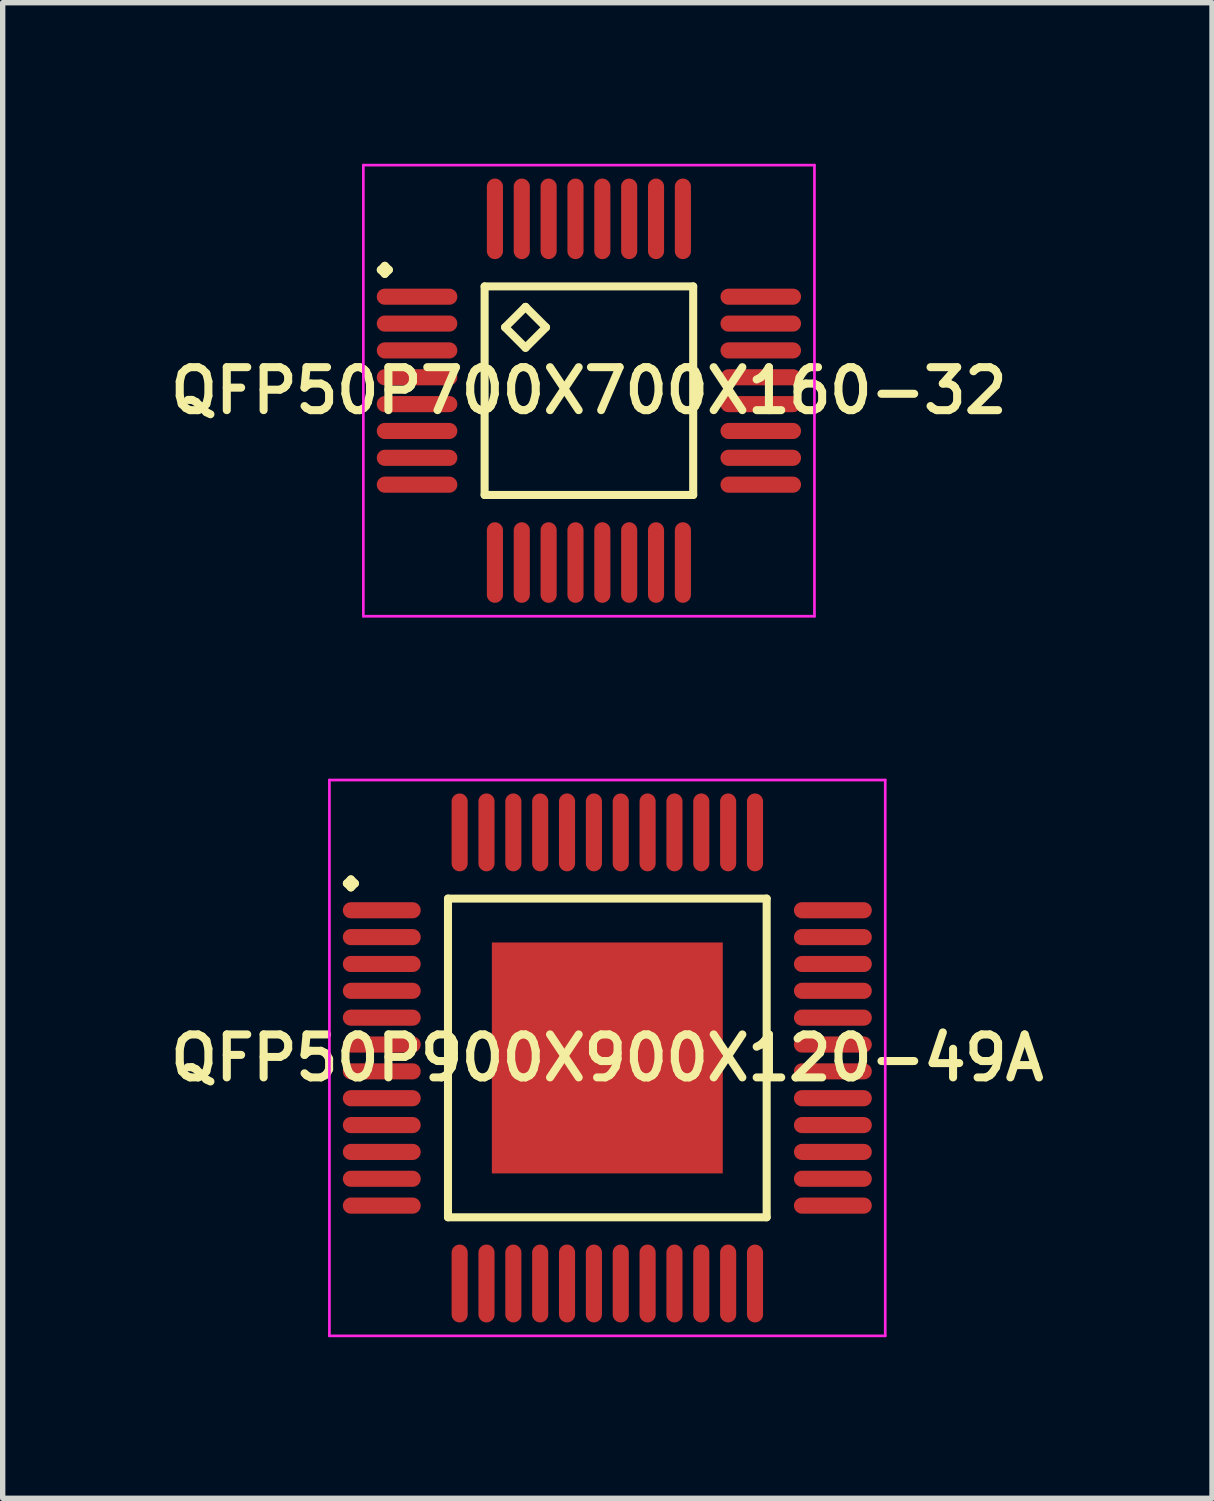
<source format=kicad_pcb>
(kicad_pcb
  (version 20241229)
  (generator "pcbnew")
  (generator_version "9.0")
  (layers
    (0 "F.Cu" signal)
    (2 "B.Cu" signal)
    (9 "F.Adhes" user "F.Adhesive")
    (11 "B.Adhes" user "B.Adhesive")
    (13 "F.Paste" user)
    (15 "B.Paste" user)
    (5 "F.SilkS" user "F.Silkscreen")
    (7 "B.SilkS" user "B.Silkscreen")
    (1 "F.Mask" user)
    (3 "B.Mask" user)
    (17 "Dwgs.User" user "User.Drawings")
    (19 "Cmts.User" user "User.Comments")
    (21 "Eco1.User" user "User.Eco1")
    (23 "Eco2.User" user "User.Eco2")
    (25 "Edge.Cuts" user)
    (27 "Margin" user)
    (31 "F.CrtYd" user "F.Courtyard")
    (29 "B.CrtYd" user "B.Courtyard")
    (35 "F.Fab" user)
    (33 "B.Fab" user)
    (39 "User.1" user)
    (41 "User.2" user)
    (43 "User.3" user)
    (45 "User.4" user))
  (footprint "QFP50P900X900X120-49A"
    (layer "F.Cu")
    (at 8.259 16.65)
    (property "Reference" "QFP50P900X900X120-49A" (at 0 0 0) (layer "F.SilkS") (effects (font (size 0.8 0.8) (thickness 0.15))))
    (attr smd)
    (fp_line (start -4.85 -3.25) (end -4.775 -3.325) (stroke (width 0.15) (type solid)) (layer "F.SilkS"))
    (fp_line (start -4.775 -3.325) (end -4.7 -3.25) (stroke (width 0.15) (type solid)) (layer "F.SilkS"))
    (fp_line (start -4.775 -3.175) (end -4.85 -3.25) (stroke (width 0.15) (type solid)) (layer "F.SilkS"))
    (fp_line (start -4.7 -3.25) (end -4.775 -3.175) (stroke (width 0.15) (type solid)) (layer "F.SilkS"))
    (fp_line (start -2.967 -2.967) (end -2.967 2.967) (stroke (width 0.15) (type solid)) (layer "F.SilkS"))
    (fp_line (start -2.967 2.967) (end 2.967 2.967) (stroke (width 0.15) (type solid)) (layer "F.SilkS"))
    (fp_line (start 2.967 -2.967) (end -2.967 -2.967) (stroke (width 0.15) (type solid)) (layer "F.SilkS"))
    (fp_line (start 2.967 2.967) (end 2.967 -2.967) (stroke (width 0.15) (type solid)) (layer "F.SilkS"))
    (fp_line (start -5.175 -5.175) (end 5.175 -5.175) (stroke (width 0.05) (type solid)) (layer "F.CrtYd"))
    (fp_line (start -5.175 5.175) (end -5.175 -5.175) (stroke (width 0.05) (type solid)) (layer "F.CrtYd"))
    (fp_line (start 5.175 -5.175) (end 5.175 5.175) (stroke (width 0.05) (type solid)) (layer "F.CrtYd"))
    (fp_line (start 5.175 5.175) (end -5.175 5.175) (stroke (width 0.05) (type solid)) (layer "F.CrtYd"))
    (pad "1" smd oval (at -4.2 -2.75) (size 1.45 0.3) (layers "F.Cu" "F.Mask" "F.Paste"))
    (pad "2" smd oval (at -4.2 -2.25) (size 1.45 0.3) (layers "F.Cu" "F.Mask" "F.Paste"))
    (pad "3" smd oval (at -4.2 -1.75) (size 1.45 0.3) (layers "F.Cu" "F.Mask" "F.Paste"))
    (pad "4" smd oval (at -4.2 -1.25) (size 1.45 0.3) (layers "F.Cu" "F.Mask" "F.Paste"))
    (pad "5" smd oval (at -4.2 -0.75) (size 1.45 0.3) (layers "F.Cu" "F.Mask" "F.Paste"))
    (pad "6" smd oval (at -4.2 -0.25) (size 1.45 0.3) (layers "F.Cu" "F.Mask" "F.Paste"))
    (pad "7" smd oval (at -4.2 0.25) (size 1.45 0.3) (layers "F.Cu" "F.Mask" "F.Paste"))
    (pad "8" smd oval (at -4.2 0.75) (size 1.45 0.3) (layers "F.Cu" "F.Mask" "F.Paste"))
    (pad "9" smd oval (at -4.2 1.25) (size 1.45 0.3) (layers "F.Cu" "F.Mask" "F.Paste"))
    (pad "10" smd oval (at -4.2 1.75) (size 1.45 0.3) (layers "F.Cu" "F.Mask" "F.Paste"))
    (pad "11" smd oval (at -4.2 2.25) (size 1.45 0.3) (layers "F.Cu" "F.Mask" "F.Paste"))
    (pad "12" smd oval (at -4.2 2.75) (size 1.45 0.3) (layers "F.Cu" "F.Mask" "F.Paste"))
    (pad "13" smd oval (at -2.75 4.2) (size 0.3 1.45) (layers "F.Cu" "F.Mask" "F.Paste"))
    (pad "14" smd oval (at -2.25 4.2) (size 0.3 1.45) (layers "F.Cu" "F.Mask" "F.Paste"))
    (pad "15" smd oval (at -1.75 4.2) (size 0.3 1.45) (layers "F.Cu" "F.Mask" "F.Paste"))
    (pad "16" smd oval (at -1.25 4.2) (size 0.3 1.45) (layers "F.Cu" "F.Mask" "F.Paste"))
    (pad "17" smd oval (at -0.75 4.2) (size 0.3 1.45) (layers "F.Cu" "F.Mask" "F.Paste"))
    (pad "18" smd oval (at -0.25 4.2) (size 0.3 1.45) (layers "F.Cu" "F.Mask" "F.Paste"))
    (pad "19" smd oval (at 0.25 4.2) (size 0.3 1.45) (layers "F.Cu" "F.Mask" "F.Paste"))
    (pad "20" smd oval (at 0.75 4.2) (size 0.3 1.45) (layers "F.Cu" "F.Mask" "F.Paste"))
    (pad "21" smd oval (at 1.25 4.2) (size 0.3 1.45) (layers "F.Cu" "F.Mask" "F.Paste"))
    (pad "22" smd oval (at 1.75 4.2) (size 0.3 1.45) (layers "F.Cu" "F.Mask" "F.Paste"))
    (pad "23" smd oval (at 2.25 4.2) (size 0.3 1.45) (layers "F.Cu" "F.Mask" "F.Paste"))
    (pad "24" smd oval (at 2.75 4.2) (size 0.3 1.45) (layers "F.Cu" "F.Mask" "F.Paste"))
    (pad "25" smd oval (at 4.2 2.75) (size 1.45 0.3) (layers "F.Cu" "F.Mask" "F.Paste"))
    (pad "26" smd oval (at 4.2 2.25) (size 1.45 0.3) (layers "F.Cu" "F.Mask" "F.Paste"))
    (pad "27" smd oval (at 4.2 1.75) (size 1.45 0.3) (layers "F.Cu" "F.Mask" "F.Paste"))
    (pad "28" smd oval (at 4.2 1.25) (size 1.45 0.3) (layers "F.Cu" "F.Mask" "F.Paste"))
    (pad "29" smd oval (at 4.2 0.75) (size 1.45 0.3) (layers "F.Cu" "F.Mask" "F.Paste"))
    (pad "30" smd oval (at 4.2 0.25) (size 1.45 0.3) (layers "F.Cu" "F.Mask" "F.Paste"))
    (pad "31" smd oval (at 4.2 -0.25) (size 1.45 0.3) (layers "F.Cu" "F.Mask" "F.Paste"))
    (pad "32" smd oval (at 4.2 -0.75) (size 1.45 0.3) (layers "F.Cu" "F.Mask" "F.Paste"))
    (pad "33" smd oval (at 4.2 -1.25) (size 1.45 0.3) (layers "F.Cu" "F.Mask" "F.Paste"))
    (pad "34" smd oval (at 4.2 -1.75) (size 1.45 0.3) (layers "F.Cu" "F.Mask" "F.Paste"))
    (pad "35" smd oval (at 4.2 -2.25) (size 1.45 0.3) (layers "F.Cu" "F.Mask" "F.Paste"))
    (pad "36" smd oval (at 4.2 -2.75) (size 1.45 0.3) (layers "F.Cu" "F.Mask" "F.Paste"))
    (pad "37" smd oval (at 2.75 -4.2) (size 0.3 1.45) (layers "F.Cu" "F.Mask" "F.Paste"))
    (pad "38" smd oval (at 2.25 -4.2) (size 0.3 1.45) (layers "F.Cu" "F.Mask" "F.Paste"))
    (pad "39" smd oval (at 1.75 -4.2) (size 0.3 1.45) (layers "F.Cu" "F.Mask" "F.Paste"))
    (pad "40" smd oval (at 1.25 -4.2) (size 0.3 1.45) (layers "F.Cu" "F.Mask" "F.Paste"))
    (pad "41" smd oval (at 0.75 -4.2) (size 0.3 1.45) (layers "F.Cu" "F.Mask" "F.Paste"))
    (pad "42" smd oval (at 0.25 -4.2) (size 0.3 1.45) (layers "F.Cu" "F.Mask" "F.Paste"))
    (pad "43" smd oval (at -0.25 -4.2) (size 0.3 1.45) (layers "F.Cu" "F.Mask" "F.Paste"))
    (pad "44" smd oval (at -0.75 -4.2) (size 0.3 1.45) (layers "F.Cu" "F.Mask" "F.Paste"))
    (pad "45" smd oval (at -1.25 -4.2) (size 0.3 1.45) (layers "F.Cu" "F.Mask" "F.Paste"))
    (pad "46" smd oval (at -1.75 -4.2) (size 0.3 1.45) (layers "F.Cu" "F.Mask" "F.Paste"))
    (pad "47" smd oval (at -2.25 -4.2) (size 0.3 1.45) (layers "F.Cu" "F.Mask" "F.Paste"))
    (pad "48" smd oval (at -2.75 -4.2) (size 0.3 1.45) (layers "F.Cu" "F.Mask" "F.Paste"))
    (pad "49" smd rect (at 0 0) (size 4.3 4.3) (layers "F.Cu" "F.Mask" "F.Paste")))
  (footprint "QFP50P700X700X160-32"
    (layer "F.Cu")
    (at 7.916 4.225)
    (property "Reference" "QFP50P700X700X160-32" (at 0 0 0) (layer "F.SilkS") (effects (font (size 0.8 0.8) (thickness 0.15))))
    (attr smd)
    (fp_line (start -3.875 -2.25) (end -3.8 -2.325) (stroke (width 0.15) (type solid)) (layer "F.SilkS"))
    (fp_line (start -3.8 -2.325) (end -3.725 -2.25) (stroke (width 0.15) (type solid)) (layer "F.SilkS"))
    (fp_line (start -3.8 -2.175) (end -3.875 -2.25) (stroke (width 0.15) (type solid)) (layer "F.SilkS"))
    (fp_line (start -3.725 -2.25) (end -3.8 -2.175) (stroke (width 0.15) (type solid)) (layer "F.SilkS"))
    (fp_line (start -1.942 -1.942) (end -1.942 1.942) (stroke (width 0.15) (type solid)) (layer "F.SilkS"))
    (fp_line (start -1.942 1.942) (end 1.942 1.942) (stroke (width 0.15) (type solid)) (layer "F.SilkS"))
    (fp_line (start -1.561 -1.18) (end -1.18 -1.561) (stroke (width 0.15) (type solid)) (layer "F.SilkS"))
    (fp_line (start -1.18 -1.561) (end -0.799 -1.18) (stroke (width 0.15) (type solid)) (layer "F.SilkS"))
    (fp_line (start -1.18 -0.799) (end -1.561 -1.18) (stroke (width 0.15) (type solid)) (layer "F.SilkS"))
    (fp_line (start -0.799 -1.18) (end -1.18 -0.799) (stroke (width 0.15) (type solid)) (layer "F.SilkS"))
    (fp_line (start 1.942 -1.942) (end -1.942 -1.942) (stroke (width 0.15) (type solid)) (layer "F.SilkS"))
    (fp_line (start 1.942 1.942) (end 1.942 -1.942) (stroke (width 0.15) (type solid)) (layer "F.SilkS"))
    (fp_line (start -4.2 -4.2) (end 4.2 -4.2) (stroke (width 0.05) (type solid)) (layer "F.CrtYd"))
    (fp_line (start -4.2 4.2) (end -4.2 -4.2) (stroke (width 0.05) (type solid)) (layer "F.CrtYd"))
    (fp_line (start 4.2 -4.2) (end 4.2 4.2) (stroke (width 0.05) (type solid)) (layer "F.CrtYd"))
    (fp_line (start 4.2 4.2) (end -4.2 4.2) (stroke (width 0.05) (type solid)) (layer "F.CrtYd"))
    (pad "1" smd oval (at -3.2 -1.75) (size 1.5 0.3) (layers "F.Cu" "F.Mask" "F.Paste"))
    (pad "2" smd oval (at -3.2 -1.25) (size 1.5 0.3) (layers "F.Cu" "F.Mask" "F.Paste"))
    (pad "3" smd oval (at -3.2 -0.75) (size 1.5 0.3) (layers "F.Cu" "F.Mask" "F.Paste"))
    (pad "4" smd oval (at -3.2 -0.25) (size 1.5 0.3) (layers "F.Cu" "F.Mask" "F.Paste"))
    (pad "5" smd oval (at -3.2 0.25) (size 1.5 0.3) (layers "F.Cu" "F.Mask" "F.Paste"))
    (pad "6" smd oval (at -3.2 0.75) (size 1.5 0.3) (layers "F.Cu" "F.Mask" "F.Paste"))
    (pad "7" smd oval (at -3.2 1.25) (size 1.5 0.3) (layers "F.Cu" "F.Mask" "F.Paste"))
    (pad "8" smd oval (at -3.2 1.75) (size 1.5 0.3) (layers "F.Cu" "F.Mask" "F.Paste"))
    (pad "9" smd oval (at -1.75 3.2) (size 0.3 1.5) (layers "F.Cu" "F.Mask" "F.Paste"))
    (pad "10" smd oval (at -1.25 3.2) (size 0.3 1.5) (layers "F.Cu" "F.Mask" "F.Paste"))
    (pad "11" smd oval (at -0.75 3.2) (size 0.3 1.5) (layers "F.Cu" "F.Mask" "F.Paste"))
    (pad "12" smd oval (at -0.25 3.2) (size 0.3 1.5) (layers "F.Cu" "F.Mask" "F.Paste"))
    (pad "13" smd oval (at 0.25 3.2) (size 0.3 1.5) (layers "F.Cu" "F.Mask" "F.Paste"))
    (pad "14" smd oval (at 0.75 3.2) (size 0.3 1.5) (layers "F.Cu" "F.Mask" "F.Paste"))
    (pad "15" smd oval (at 1.25 3.2) (size 0.3 1.5) (layers "F.Cu" "F.Mask" "F.Paste"))
    (pad "16" smd oval (at 1.75 3.2) (size 0.3 1.5) (layers "F.Cu" "F.Mask" "F.Paste"))
    (pad "17" smd oval (at 3.2 1.75) (size 1.5 0.3) (layers "F.Cu" "F.Mask" "F.Paste"))
    (pad "18" smd oval (at 3.2 1.25) (size 1.5 0.3) (layers "F.Cu" "F.Mask" "F.Paste"))
    (pad "19" smd oval (at 3.2 0.75) (size 1.5 0.3) (layers "F.Cu" "F.Mask" "F.Paste"))
    (pad "20" smd oval (at 3.2 0.25) (size 1.5 0.3) (layers "F.Cu" "F.Mask" "F.Paste"))
    (pad "21" smd oval (at 3.2 -0.25) (size 1.5 0.3) (layers "F.Cu" "F.Mask" "F.Paste"))
    (pad "22" smd oval (at 3.2 -0.75) (size 1.5 0.3) (layers "F.Cu" "F.Mask" "F.Paste"))
    (pad "23" smd oval (at 3.2 -1.25) (size 1.5 0.3) (layers "F.Cu" "F.Mask" "F.Paste"))
    (pad "24" smd oval (at 3.2 -1.75) (size 1.5 0.3) (layers "F.Cu" "F.Mask" "F.Paste"))
    (pad "25" smd oval (at 1.75 -3.2) (size 0.3 1.5) (layers "F.Cu" "F.Mask" "F.Paste"))
    (pad "26" smd oval (at 1.25 -3.2) (size 0.3 1.5) (layers "F.Cu" "F.Mask" "F.Paste"))
    (pad "27" smd oval (at 0.75 -3.2) (size 0.3 1.5) (layers "F.Cu" "F.Mask" "F.Paste"))
    (pad "28" smd oval (at 0.25 -3.2) (size 0.3 1.5) (layers "F.Cu" "F.Mask" "F.Paste"))
    (pad "29" smd oval (at -0.25 -3.2) (size 0.3 1.5) (layers "F.Cu" "F.Mask" "F.Paste"))
    (pad "30" smd oval (at -0.75 -3.2) (size 0.3 1.5) (layers "F.Cu" "F.Mask" "F.Paste"))
    (pad "31" smd oval (at -1.25 -3.2) (size 0.3 1.5) (layers "F.Cu" "F.Mask" "F.Paste"))
    (pad "32" smd oval (at -1.75 -3.2) (size 0.3 1.5) (layers "F.Cu" "F.Mask" "F.Paste")))
  (gr_rect
    (start -3 -3)
    (end 19.519 24.85)
    (stroke (width 0.1) (type default))
    (fill no)
    (layer "Edge.Cuts")))
</source>
